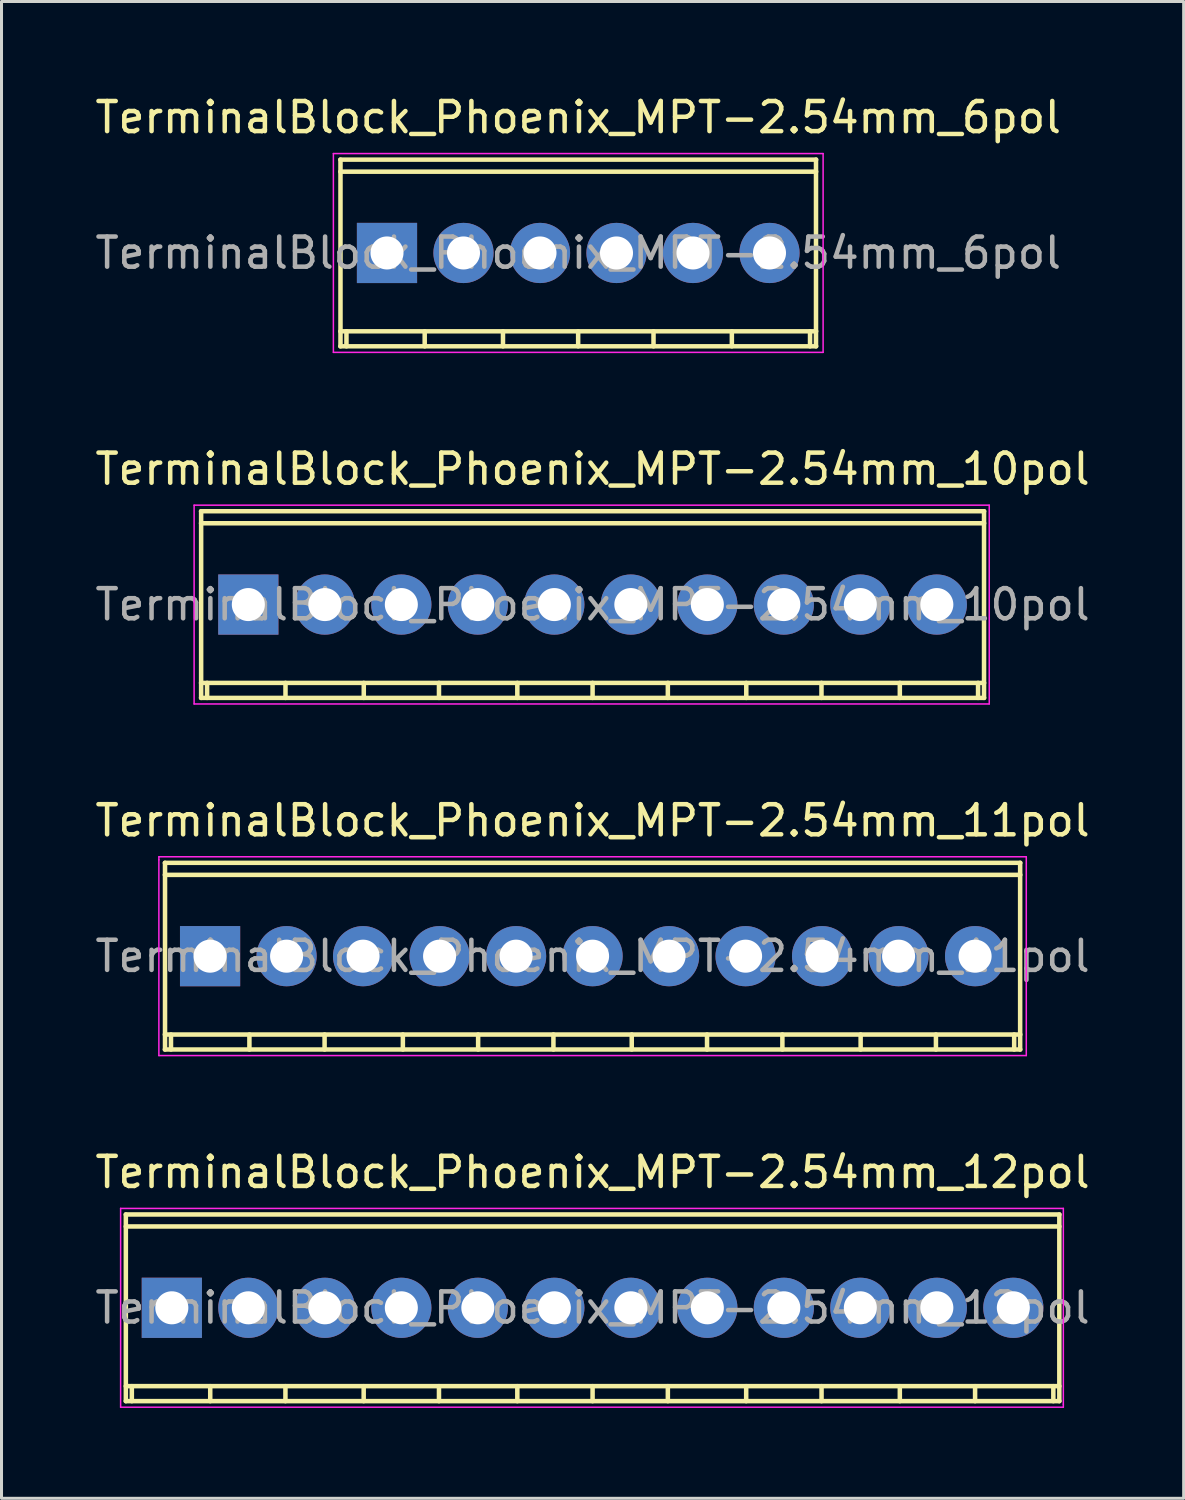
<source format=kicad_pcb>
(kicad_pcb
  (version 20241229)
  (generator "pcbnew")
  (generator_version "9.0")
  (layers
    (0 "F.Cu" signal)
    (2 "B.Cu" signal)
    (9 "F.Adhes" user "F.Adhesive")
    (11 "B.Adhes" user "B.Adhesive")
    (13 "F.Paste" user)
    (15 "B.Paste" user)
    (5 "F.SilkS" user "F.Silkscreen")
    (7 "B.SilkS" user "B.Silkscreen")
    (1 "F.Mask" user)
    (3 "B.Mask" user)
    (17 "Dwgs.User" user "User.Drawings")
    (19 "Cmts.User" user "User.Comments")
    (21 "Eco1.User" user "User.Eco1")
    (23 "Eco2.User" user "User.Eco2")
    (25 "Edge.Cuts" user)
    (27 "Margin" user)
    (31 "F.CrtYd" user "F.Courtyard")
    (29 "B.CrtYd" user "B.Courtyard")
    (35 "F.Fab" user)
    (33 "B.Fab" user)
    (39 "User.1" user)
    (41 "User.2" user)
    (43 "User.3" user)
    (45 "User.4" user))
  (footprint "TerminalBlock_Phoenix_MPT-2.54mm_11pol"
    (layer "F.Cu")
    (at 3.925 28.697)
    (property "Reference" "TerminalBlock_Phoenix_MPT-2.54mm_11pol" (at 12.7 -4.501 0) (layer "F.SilkS") (effects (font (size 1 1) (thickness 0.15))))
    (attr through_hole)
    (fp_line (start -1.501 -3.099) (end 26.901 -3.099) (stroke (width 0.15) (type solid)) (layer "F.SilkS"))
    (fp_line (start -1.501 3.099) (end 26.901 3.099) (stroke (width 0.15) (type solid)) (layer "F.SilkS"))
    (fp_line (start -1.496 -3.099) (end -1.496 3.099) (stroke (width 0.15) (type solid)) (layer "F.SilkS"))
    (fp_line (start -1.298 3.099) (end -1.298 2.601) (stroke (width 0.15) (type solid)) (layer "F.SilkS"))
    (fp_line (start 1.306 3.099) (end 1.306 2.601) (stroke (width 0.15) (type solid)) (layer "F.SilkS"))
    (fp_line (start 3.802 2.601) (end 3.802 3.099) (stroke (width 0.15) (type solid)) (layer "F.SilkS"))
    (fp_line (start 6.401 2.601) (end 6.401 3.099) (stroke (width 0.15) (type solid)) (layer "F.SilkS"))
    (fp_line (start 8.9 2.601) (end 8.9 3.099) (stroke (width 0.15) (type solid)) (layer "F.SilkS"))
    (fp_line (start 11.4 2.601) (end 11.4 3.099) (stroke (width 0.15) (type solid)) (layer "F.SilkS"))
    (fp_line (start 14 2.601) (end 14 3.099) (stroke (width 0.15) (type solid)) (layer "F.SilkS"))
    (fp_line (start 16.5 2.601) (end 16.5 3.099) (stroke (width 0.15) (type solid)) (layer "F.SilkS"))
    (fp_line (start 19.002 2.601) (end 19.002 3.099) (stroke (width 0.15) (type solid)) (layer "F.SilkS"))
    (fp_line (start 21.6 2.601) (end 21.6 3.099) (stroke (width 0.15) (type solid)) (layer "F.SilkS"))
    (fp_line (start 24.1 2.601) (end 24.1 3.099) (stroke (width 0.15) (type solid)) (layer "F.SilkS"))
    (fp_line (start 26.698 2.601) (end 26.698 3.099) (stroke (width 0.15) (type solid)) (layer "F.SilkS"))
    (fp_line (start 26.896 3.099) (end 26.896 -3.099) (stroke (width 0.15) (type solid)) (layer "F.SilkS"))
    (fp_line (start 26.901 -2.7) (end -1.501 -2.7) (stroke (width 0.15) (type solid)) (layer "F.SilkS"))
    (fp_line (start 26.901 2.601) (end -1.501 2.601) (stroke (width 0.15) (type solid)) (layer "F.SilkS"))
    (fp_line (start -1.7 -3.3) (end 27.1 -3.3) (stroke (width 0.05) (type solid)) (layer "F.CrtYd"))
    (fp_line (start -1.7 -3.2) (end -1.7 -3.3) (stroke (width 0.05) (type solid)) (layer "F.CrtYd"))
    (fp_line (start -1.7 3.3) (end -1.7 -3.2) (stroke (width 0.05) (type solid)) (layer "F.CrtYd"))
    (fp_line (start 27.1 -3.3) (end 27.1 3.3) (stroke (width 0.05) (type solid)) (layer "F.CrtYd"))
    (fp_line (start 27.1 3.3) (end -1.7 3.3) (stroke (width 0.05) (type solid)) (layer "F.CrtYd"))
    (fp_text user "${REFERENCE}" (at 12.7 0 0) (layer "F.Fab") (effects (font (size 1 1) (thickness 0.15))))
    (pad "1" thru_hole rect (at 0 0 180) (size 1.999 1.999) (drill 1.097) (layers "*.Cu" "*.Mask"))
    (pad "2" thru_hole oval (at 2.54 0 180) (size 1.999 1.999) (drill 1.097) (layers "*.Cu" "*.Mask"))
    (pad "3" thru_hole oval (at 5.08 0 180) (size 1.999 1.999) (drill 1.097) (layers "*.Cu" "*.Mask"))
    (pad "4" thru_hole oval (at 7.62 0 180) (size 1.999 1.999) (drill 1.097) (layers "*.Cu" "*.Mask"))
    (pad "5" thru_hole oval (at 10.16 0 180) (size 1.999 1.999) (drill 1.097) (layers "*.Cu" "*.Mask"))
    (pad "6" thru_hole oval (at 12.7 0 180) (size 1.999 1.999) (drill 1.097) (layers "*.Cu" "*.Mask"))
    (pad "7" thru_hole oval (at 15.24 0 180) (size 1.999 1.999) (drill 1.097) (layers "*.Cu" "*.Mask"))
    (pad "8" thru_hole oval (at 17.78 0 180) (size 1.999 1.999) (drill 1.097) (layers "*.Cu" "*.Mask"))
    (pad "9" thru_hole oval (at 20.32 0 180) (size 1.999 1.999) (drill 1.097) (layers "*.Cu" "*.Mask"))
    (pad "10" thru_hole oval (at 22.86 0 180) (size 1.999 1.999) (drill 1.097) (layers "*.Cu" "*.Mask"))
    (pad "11" thru_hole oval (at 25.4 0 180) (size 1.999 1.999) (drill 1.097) (layers "*.Cu" "*.Mask")))
  (footprint "TerminalBlock_Phoenix_MPT-2.54mm_12pol"
    (layer "F.Cu")
    (at 2.655 40.372)
    (property "Reference" "TerminalBlock_Phoenix_MPT-2.54mm_12pol" (at 13.97 -4.501 0) (layer "F.SilkS") (effects (font (size 1 1) (thickness 0.15))))
    (attr through_hole)
    (fp_line (start -1.529 -3.099) (end 29.469 -3.099) (stroke (width 0.15) (type solid)) (layer "F.SilkS"))
    (fp_line (start -1.529 2.601) (end 29.469 2.601) (stroke (width 0.15) (type solid)) (layer "F.SilkS"))
    (fp_line (start -1.527 -3.099) (end -1.527 3.099) (stroke (width 0.15) (type solid)) (layer "F.SilkS"))
    (fp_line (start -1.328 3.099) (end -1.328 2.601) (stroke (width 0.15) (type solid)) (layer "F.SilkS"))
    (fp_line (start 1.275 3.099) (end 1.275 2.601) (stroke (width 0.15) (type solid)) (layer "F.SilkS"))
    (fp_line (start 3.772 2.601) (end 3.772 3.099) (stroke (width 0.15) (type solid)) (layer "F.SilkS"))
    (fp_line (start 6.37 2.601) (end 6.37 3.099) (stroke (width 0.15) (type solid)) (layer "F.SilkS"))
    (fp_line (start 8.87 2.601) (end 8.87 3.099) (stroke (width 0.15) (type solid)) (layer "F.SilkS"))
    (fp_line (start 11.471 2.601) (end 11.471 3.099) (stroke (width 0.15) (type solid)) (layer "F.SilkS"))
    (fp_line (start 13.97 2.601) (end 13.97 3.099) (stroke (width 0.15) (type solid)) (layer "F.SilkS"))
    (fp_line (start 16.469 2.601) (end 16.469 3.099) (stroke (width 0.15) (type solid)) (layer "F.SilkS"))
    (fp_line (start 19.07 2.601) (end 19.07 3.099) (stroke (width 0.15) (type solid)) (layer "F.SilkS"))
    (fp_line (start 21.572 2.601) (end 21.572 3.099) (stroke (width 0.15) (type solid)) (layer "F.SilkS"))
    (fp_line (start 24.171 2.601) (end 24.171 3.099) (stroke (width 0.15) (type solid)) (layer "F.SilkS"))
    (fp_line (start 26.67 2.601) (end 26.67 3.099) (stroke (width 0.15) (type solid)) (layer "F.SilkS"))
    (fp_line (start 29.268 2.601) (end 29.268 3.099) (stroke (width 0.15) (type solid)) (layer "F.SilkS"))
    (fp_line (start 29.467 3.099) (end 29.467 -3.099) (stroke (width 0.15) (type solid)) (layer "F.SilkS"))
    (fp_line (start 29.469 -2.7) (end -1.529 -2.7) (stroke (width 0.15) (type solid)) (layer "F.SilkS"))
    (fp_line (start 29.469 3.099) (end -1.529 3.099) (stroke (width 0.15) (type solid)) (layer "F.SilkS"))
    (fp_line (start -1.7 -3.3) (end 29.6 -3.3) (stroke (width 0.05) (type solid)) (layer "F.CrtYd"))
    (fp_line (start -1.7 3.3) (end -1.7 -3.3) (stroke (width 0.05) (type solid)) (layer "F.CrtYd"))
    (fp_line (start 29.6 -3.3) (end 29.6 3.2) (stroke (width 0.05) (type solid)) (layer "F.CrtYd"))
    (fp_line (start 29.6 3.2) (end 29.6 3.3) (stroke (width 0.05) (type solid)) (layer "F.CrtYd"))
    (fp_line (start 29.6 3.3) (end -1.7 3.3) (stroke (width 0.05) (type solid)) (layer "F.CrtYd"))
    (fp_text user "${REFERENCE}" (at 13.97 0 0) (layer "F.Fab") (effects (font (size 1 1) (thickness 0.15))))
    (pad "1" thru_hole rect (at 0 0 180) (size 1.999 1.999) (drill 1.097) (layers "*.Cu" "*.Mask"))
    (pad "2" thru_hole oval (at 2.54 0 180) (size 1.999 1.999) (drill 1.097) (layers "*.Cu" "*.Mask"))
    (pad "3" thru_hole oval (at 5.08 0 180) (size 1.999 1.999) (drill 1.097) (layers "*.Cu" "*.Mask"))
    (pad "4" thru_hole oval (at 7.62 0 180) (size 1.999 1.999) (drill 1.097) (layers "*.Cu" "*.Mask"))
    (pad "5" thru_hole oval (at 10.16 0 180) (size 1.999 1.999) (drill 1.097) (layers "*.Cu" "*.Mask"))
    (pad "6" thru_hole oval (at 12.7 0 180) (size 1.999 1.999) (drill 1.097) (layers "*.Cu" "*.Mask"))
    (pad "7" thru_hole oval (at 15.24 0 180) (size 1.999 1.999) (drill 1.097) (layers "*.Cu" "*.Mask"))
    (pad "8" thru_hole oval (at 17.78 0 180) (size 1.999 1.999) (drill 1.097) (layers "*.Cu" "*.Mask"))
    (pad "9" thru_hole oval (at 20.32 0 180) (size 1.999 1.999) (drill 1.097) (layers "*.Cu" "*.Mask"))
    (pad "10" thru_hole oval (at 22.86 0 180) (size 1.999 1.999) (drill 1.097) (layers "*.Cu" "*.Mask"))
    (pad "11" thru_hole oval (at 25.4 0 180) (size 1.999 1.999) (drill 1.097) (layers "*.Cu" "*.Mask"))
    (pad "12" thru_hole oval (at 27.94 0 180) (size 1.999 1.999) (drill 1.097) (layers "*.Cu" "*.Mask")))
  (footprint "TerminalBlock_Phoenix_MPT-2.54mm_6pol"
    (layer "F.Cu")
    (at 9.799 5.349)
    (property "Reference" "TerminalBlock_Phoenix_MPT-2.54mm_6pol" (at 6.35 -4.501 0) (layer "F.SilkS") (effects (font (size 1 1) (thickness 0.15))))
    (attr through_hole)
    (fp_line (start -1.549 3.099) (end 14.249 3.099) (stroke (width 0.15) (type solid)) (layer "F.SilkS"))
    (fp_line (start -1.544 -3.099) (end -1.544 3.099) (stroke (width 0.15) (type solid)) (layer "F.SilkS"))
    (fp_line (start -1.346 3.099) (end -1.346 2.601) (stroke (width 0.15) (type solid)) (layer "F.SilkS"))
    (fp_line (start 1.252 3.099) (end 1.252 2.601) (stroke (width 0.15) (type solid)) (layer "F.SilkS"))
    (fp_line (start 3.851 2.601) (end 3.851 3.099) (stroke (width 0.15) (type solid)) (layer "F.SilkS"))
    (fp_line (start 6.347 2.601) (end 6.347 3.099) (stroke (width 0.15) (type solid)) (layer "F.SilkS"))
    (fp_line (start 8.849 2.601) (end 8.849 3.099) (stroke (width 0.15) (type solid)) (layer "F.SilkS"))
    (fp_line (start 11.45 2.601) (end 11.45 3.099) (stroke (width 0.15) (type solid)) (layer "F.SilkS"))
    (fp_line (start 14.046 2.601) (end 14.046 3.099) (stroke (width 0.15) (type solid)) (layer "F.SilkS"))
    (fp_line (start 14.244 3.099) (end 14.244 -3.099) (stroke (width 0.15) (type solid)) (layer "F.SilkS"))
    (fp_line (start 14.249 -3.099) (end -1.549 -3.099) (stroke (width 0.15) (type solid)) (layer "F.SilkS"))
    (fp_line (start 14.249 -2.7) (end -1.549 -2.7) (stroke (width 0.15) (type solid)) (layer "F.SilkS"))
    (fp_line (start 14.249 2.601) (end -1.549 2.601) (stroke (width 0.15) (type solid)) (layer "F.SilkS"))
    (fp_line (start -1.78 -3.3) (end 14.48 -3.3) (stroke (width 0.05) (type solid)) (layer "F.CrtYd"))
    (fp_line (start -1.78 3.3) (end -1.78 -3.3) (stroke (width 0.05) (type solid)) (layer "F.CrtYd"))
    (fp_line (start 14.48 -3.3) (end 14.48 3.3) (stroke (width 0.05) (type solid)) (layer "F.CrtYd"))
    (fp_line (start 14.48 3.3) (end -1.78 3.3) (stroke (width 0.05) (type solid)) (layer "F.CrtYd"))
    (fp_text user "${REFERENCE}" (at 6.35 0 0) (layer "F.Fab") (effects (font (size 1 1) (thickness 0.15))))
    (pad "1" thru_hole rect (at 0 0 180) (size 1.999 1.999) (drill 1.097) (layers "*.Cu" "*.Mask"))
    (pad "2" thru_hole oval (at 2.54 0 180) (size 1.999 1.999) (drill 1.097) (layers "*.Cu" "*.Mask"))
    (pad "3" thru_hole oval (at 5.08 0 180) (size 1.999 1.999) (drill 1.097) (layers "*.Cu" "*.Mask"))
    (pad "4" thru_hole oval (at 7.62 0 180) (size 1.999 1.999) (drill 1.097) (layers "*.Cu" "*.Mask"))
    (pad "5" thru_hole oval (at 10.16 0 180) (size 1.999 1.999) (drill 1.097) (layers "*.Cu" "*.Mask"))
    (pad "6" thru_hole oval (at 12.7 0 180) (size 1.999 1.999) (drill 1.097) (layers "*.Cu" "*.Mask")))
  (footprint "TerminalBlock_Phoenix_MPT-2.54mm_10pol"
    (layer "F.Cu")
    (at 5.195 17.023)
    (property "Reference" "TerminalBlock_Phoenix_MPT-2.54mm_10pol" (at 11.43 -4.501 0) (layer "F.SilkS") (effects (font (size 1 1) (thickness 0.15))))
    (attr through_hole)
    (fp_line (start -1.57 -3.099) (end 24.43 -3.099) (stroke (width 0.15) (type solid)) (layer "F.SilkS"))
    (fp_line (start -1.57 3.099) (end 24.43 3.099) (stroke (width 0.15) (type solid)) (layer "F.SilkS"))
    (fp_line (start -1.567 -3.099) (end -1.567 3.099) (stroke (width 0.15) (type solid)) (layer "F.SilkS"))
    (fp_line (start -1.369 3.099) (end -1.369 2.601) (stroke (width 0.15) (type solid)) (layer "F.SilkS"))
    (fp_line (start 1.234 3.099) (end 1.234 2.601) (stroke (width 0.15) (type solid)) (layer "F.SilkS"))
    (fp_line (start 3.833 2.601) (end 3.833 3.099) (stroke (width 0.15) (type solid)) (layer "F.SilkS"))
    (fp_line (start 6.33 2.601) (end 6.33 3.099) (stroke (width 0.15) (type solid)) (layer "F.SilkS"))
    (fp_line (start 8.931 2.601) (end 8.931 3.099) (stroke (width 0.15) (type solid)) (layer "F.SilkS"))
    (fp_line (start 11.43 2.601) (end 11.43 3.099) (stroke (width 0.15) (type solid)) (layer "F.SilkS"))
    (fp_line (start 13.929 2.601) (end 13.929 3.099) (stroke (width 0.15) (type solid)) (layer "F.SilkS"))
    (fp_line (start 16.533 2.601) (end 16.533 3.099) (stroke (width 0.15) (type solid)) (layer "F.SilkS"))
    (fp_line (start 19.03 2.601) (end 19.03 3.099) (stroke (width 0.15) (type solid)) (layer "F.SilkS"))
    (fp_line (start 21.631 2.601) (end 21.631 3.099) (stroke (width 0.15) (type solid)) (layer "F.SilkS"))
    (fp_line (start 24.229 2.601) (end 24.229 3.099) (stroke (width 0.15) (type solid)) (layer "F.SilkS"))
    (fp_line (start 24.427 3.099) (end 24.427 -3.099) (stroke (width 0.15) (type solid)) (layer "F.SilkS"))
    (fp_line (start 24.43 -2.7) (end -1.57 -2.7) (stroke (width 0.15) (type solid)) (layer "F.SilkS"))
    (fp_line (start 24.43 2.601) (end -1.57 2.601) (stroke (width 0.15) (type solid)) (layer "F.SilkS"))
    (fp_line (start -1.8 -3.3) (end 24.6 -3.3) (stroke (width 0.05) (type solid)) (layer "F.CrtYd"))
    (fp_line (start -1.8 3.3) (end -1.8 -3.3) (stroke (width 0.05) (type solid)) (layer "F.CrtYd"))
    (fp_line (start 24.6 -3.3) (end 24.6 3.3) (stroke (width 0.05) (type solid)) (layer "F.CrtYd"))
    (fp_line (start 24.6 3.3) (end -1.8 3.3) (stroke (width 0.05) (type solid)) (layer "F.CrtYd"))
    (fp_text user "${REFERENCE}" (at 11.43 0 0) (layer "F.Fab") (effects (font (size 1 1) (thickness 0.15))))
    (pad "1" thru_hole rect (at 0 0 180) (size 1.999 1.999) (drill 1.097) (layers "*.Cu" "*.Mask"))
    (pad "2" thru_hole oval (at 2.54 0 180) (size 1.999 1.999) (drill 1.097) (layers "*.Cu" "*.Mask"))
    (pad "3" thru_hole oval (at 5.08 0 180) (size 1.999 1.999) (drill 1.097) (layers "*.Cu" "*.Mask"))
    (pad "4" thru_hole oval (at 7.62 0 180) (size 1.999 1.999) (drill 1.097) (layers "*.Cu" "*.Mask"))
    (pad "5" thru_hole oval (at 10.16 0 180) (size 1.999 1.999) (drill 1.097) (layers "*.Cu" "*.Mask"))
    (pad "6" thru_hole oval (at 12.7 0 180) (size 1.999 1.999) (drill 1.097) (layers "*.Cu" "*.Mask"))
    (pad "7" thru_hole oval (at 15.24 0 180) (size 1.999 1.999) (drill 1.097) (layers "*.Cu" "*.Mask"))
    (pad "8" thru_hole oval (at 17.78 0 180) (size 1.999 1.999) (drill 1.097) (layers "*.Cu" "*.Mask"))
    (pad "9" thru_hole oval (at 20.32 0 180) (size 1.999 1.999) (drill 1.097) (layers "*.Cu" "*.Mask"))
    (pad "10" thru_hole oval (at 22.86 0 180) (size 1.999 1.999) (drill 1.097) (layers "*.Cu" "*.Mask")))
  (gr_rect
    (start -3 -3)
    (end 36.25 46.697)
    (stroke (width 0.1) (type default))
    (fill no)
    (layer "Edge.Cuts")))
</source>
